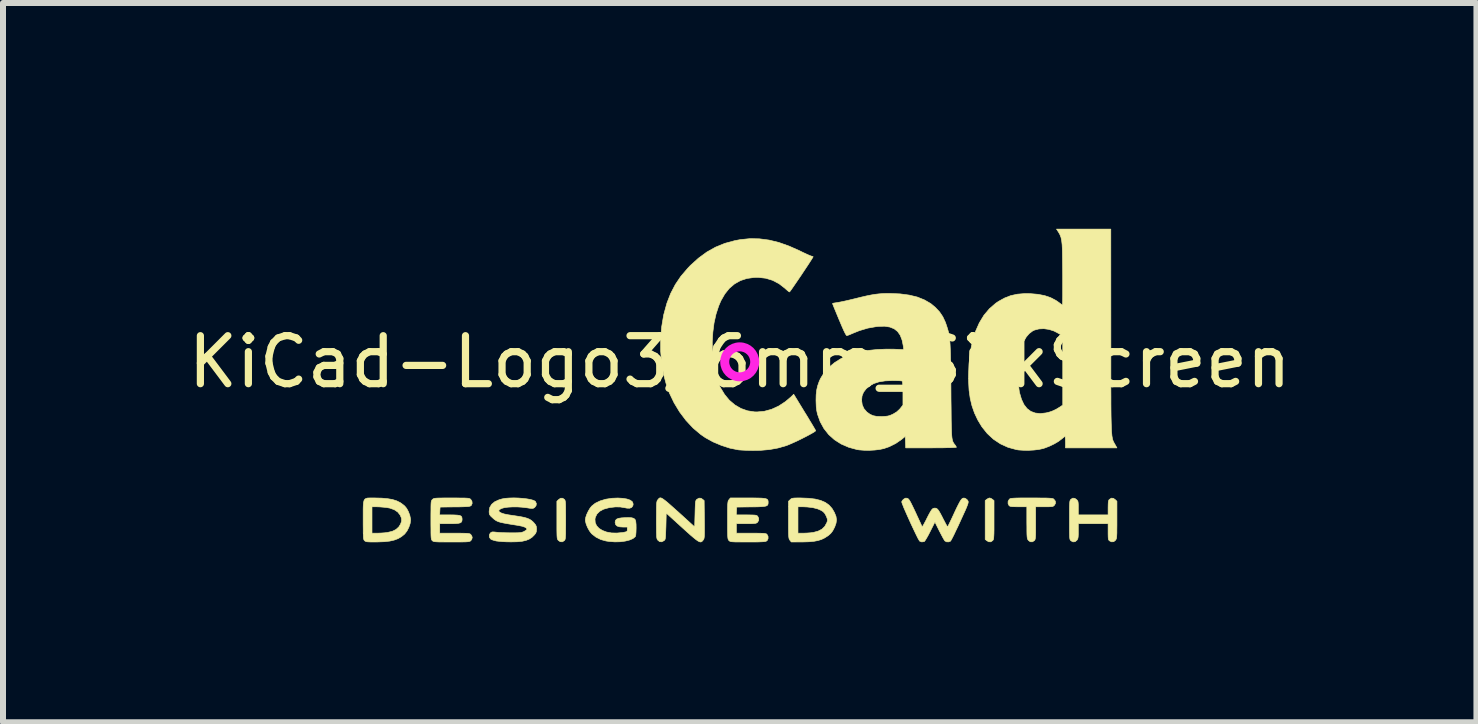
<source format=kicad_pcb>
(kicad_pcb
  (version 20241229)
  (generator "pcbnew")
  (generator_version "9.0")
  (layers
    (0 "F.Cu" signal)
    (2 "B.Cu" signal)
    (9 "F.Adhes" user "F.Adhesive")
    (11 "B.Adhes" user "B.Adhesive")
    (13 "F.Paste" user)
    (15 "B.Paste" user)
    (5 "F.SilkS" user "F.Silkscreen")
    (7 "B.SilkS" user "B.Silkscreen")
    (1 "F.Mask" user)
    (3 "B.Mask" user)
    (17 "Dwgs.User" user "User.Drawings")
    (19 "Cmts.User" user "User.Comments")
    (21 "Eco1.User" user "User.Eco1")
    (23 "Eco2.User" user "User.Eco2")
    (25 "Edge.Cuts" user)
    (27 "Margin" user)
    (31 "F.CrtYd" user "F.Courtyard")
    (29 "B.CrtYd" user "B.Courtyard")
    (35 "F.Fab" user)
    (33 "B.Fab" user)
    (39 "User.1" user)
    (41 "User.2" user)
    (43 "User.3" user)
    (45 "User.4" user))
  (footprint "KiCad-Logo3_6mm_SilkScreen"
    (layer "F.Cu")
    (at 9.281 2.982)
    (property "Reference" "KiCad-Logo3_6mm_SilkScreen" (at 0 0 0) (layer "F.SilkS") (effects (font (size 0.8 0.8) (thickness 0.12))))
    (attr exclude_from_pos_files exclude_from_bom)
    (fp_poly (pts (xy -2.273 -2.973) (xy -2.177 -2.949) (xy -2.09 -2.906) (xy -2.015 -2.847) (xy -1.954 -2.772) (xy -1.909 -2.683) (xy -1.883 -2.586) (xy -1.877 -2.489) (xy -1.892 -2.395) (xy -1.926 -2.307) (xy -1.977 -2.228) (xy -2.042 -2.16) (xy -2.121 -2.106) (xy -2.212 -2.068) (xy -2.263 -2.056) (xy -2.308 -2.048) (xy -2.342 -2.045) (xy -2.375 -2.047) (xy -2.415 -2.054) (xy -2.449 -2.061) (xy -2.542 -2.092) (xy -2.626 -2.143) (xy -2.698 -2.213) (xy -2.756 -2.298) (xy -2.77 -2.326) (xy -2.787 -2.362) (xy -2.797 -2.392) (xy -2.802 -2.425) (xy -2.805 -2.466) (xy -2.805 -2.512) (xy -2.801 -2.596) (xy -2.787 -2.665) (xy -2.762 -2.726) (xy -2.723 -2.784) (xy -2.684 -2.829) (xy -2.612 -2.895) (xy -2.537 -2.94) (xy -2.455 -2.967) (xy -2.377 -2.977) (xy -2.273 -2.973)) (stroke (width 0.01) (type solid)) (fill yes) (layer "F.Mask"))
    (fp_poly (pts (xy -2.946 -2.511) (xy -2.936 -2.397) (xy -2.904 -2.289) (xy -2.853 -2.19) (xy -2.784 -2.102) (xy -2.699 -2.027) (xy -2.602 -1.97) (xy -2.496 -1.93) (xy -2.389 -1.911) (xy -2.283 -1.913) (xy -2.181 -1.932) (xy -2.085 -1.969) (xy -1.996 -2.021) (xy -1.917 -2.087) (xy -1.849 -2.167) (xy -1.796 -2.258) (xy -1.759 -2.359) (xy -1.74 -2.47) (xy -1.738 -2.52) (xy -1.738 -2.608) (xy -1.687 -2.608) (xy -1.65 -2.605) (xy -1.623 -2.593) (xy -1.596 -2.569) (xy -1.558 -2.531) (xy -1.558 -0.339) (xy -1.558 -0.077) (xy -1.558 0.163) (xy -1.558 0.383) (xy -1.558 0.583) (xy -1.558 0.764) (xy -1.558 0.928) (xy -1.559 1.074) (xy -1.559 1.205) (xy -1.559 1.32) (xy -1.56 1.421) (xy -1.561 1.509) (xy -1.561 1.585) (xy -1.562 1.65) (xy -1.563 1.704) (xy -1.564 1.749) (xy -1.565 1.786) (xy -1.567 1.815) (xy -1.568 1.837) (xy -1.57 1.854) (xy -1.572 1.866) (xy -1.574 1.874) (xy -1.576 1.88) (xy -1.577 1.882) (xy -1.581 1.889) (xy -1.585 1.895) (xy -1.589 1.901) (xy -1.594 1.906) (xy -1.601 1.911) (xy -1.611 1.916) (xy -1.625 1.92) (xy -1.645 1.923) (xy -1.669 1.926) (xy -1.701 1.929) (xy -1.741 1.931) (xy -1.789 1.934) (xy -1.846 1.935) (xy -1.914 1.937) (xy -1.994 1.938) (xy -2.085 1.939) (xy -2.19 1.94) (xy -2.309 1.94) (xy -2.443 1.941) (xy -2.593 1.941) (xy -2.76 1.941) (xy -2.945 1.942) (xy -3.149 1.942) (xy -3.372 1.942) (xy -3.616 1.941) (xy -3.881 1.941) (xy -3.92 1.941) (xy -4.187 1.941) (xy -4.432 1.941) (xy -4.657 1.941) (xy -4.861 1.941) (xy -5.047 1.941) (xy -5.215 1.941) (xy -5.366 1.94) (xy -5.501 1.94) (xy -5.62 1.939) (xy -5.725 1.939) (xy -5.817 1.938) (xy -5.896 1.938) (xy -5.964 1.937) (xy -6.021 1.936) (xy -6.069 1.935) (xy -6.107 1.933) (xy -6.138 1.932) (xy -6.162 1.931) (xy -6.18 1.929) (xy -6.192 1.927) (xy -6.201 1.925) (xy -6.205 1.923) (xy -6.214 1.92) (xy -6.221 1.917) (xy -6.229 1.915) (xy -6.235 1.911) (xy -6.241 1.906) (xy -6.246 1.897) (xy -6.251 1.885) (xy -6.255 1.869) (xy -6.259 1.846) (xy -6.262 1.818) (xy -6.265 1.781) (xy -6.268 1.737) (xy -6.27 1.683) (xy -6.271 1.618) (xy -6.273 1.543) (xy -6.274 1.455) (xy -6.275 1.354) (xy -6.276 1.239) (xy -6.276 1.11) (xy -6.276 0.964) (xy -6.277 0.802) (xy -6.277 0.621) (xy -6.277 0.422) (xy -6.277 0.204) (xy -6.277 -0.035) (xy -6.277 -0.296) (xy -6.277 -0.338) (xy -6.277 -0.601) (xy -6.277 -0.842) (xy -6.277 -1.063) (xy -6.277 -1.264) (xy -6.277 -1.446) (xy -6.276 -1.61) (xy -6.276 -1.757) (xy -6.276 -1.888) (xy -6.275 -1.998) (xy -5.972 -1.998) (xy -5.932 -1.94) (xy -5.921 -1.925) (xy -5.911 -1.911) (xy -5.902 -1.897) (xy -5.894 -1.883) (xy -5.887 -1.868) (xy -5.881 -1.849) (xy -5.875 -1.826) (xy -5.871 -1.798) (xy -5.867 -1.764) (xy -5.863 -1.722) (xy -5.861 -1.67) (xy -5.858 -1.609) (xy -5.857 -1.537) (xy -5.855 -1.452) (xy -5.855 -1.354) (xy -5.854 -1.24) (xy -5.853 -1.111) (xy -5.853 -0.965) (xy -5.853 -0.8) (xy -5.853 -0.616) (xy -5.853 -0.41) (xy -5.853 -0.288) (xy -5.853 -0.071) (xy -5.853 0.125) (xy -5.853 0.3) (xy -5.853 0.456) (xy -5.854 0.595) (xy -5.854 0.717) (xy -5.855 0.823) (xy -5.856 0.915) (xy -5.857 0.994) (xy -5.859 1.062) (xy -5.862 1.118) (xy -5.865 1.165) (xy -5.868 1.204) (xy -5.872 1.235) (xy -5.877 1.261) (xy -5.883 1.282) (xy -5.89 1.299) (xy -5.897 1.314) (xy -5.906 1.327) (xy -5.915 1.341) (xy -5.925 1.356) (xy -5.932 1.365) (xy -5.97 1.422) (xy -5.439 1.422) (xy -5.315 1.422) (xy -5.213 1.422) (xy -5.129 1.422) (xy -5.063 1.421) (xy -5.012 1.42) (xy -4.974 1.419) (xy -4.948 1.417) (xy -4.932 1.415) (xy -4.923 1.412) (xy -4.921 1.408) (xy -4.923 1.404) (xy -4.925 1.403) (xy -4.95 1.366) (xy -4.976 1.313) (xy -4.999 1.251) (xy -5.007 1.224) (xy -5.012 1.206) (xy -5.016 1.185) (xy -5.019 1.159) (xy -5.022 1.126) (xy -5.024 1.083) (xy -5.026 1.028) (xy -5.028 0.96) (xy -5.029 0.877) (xy -5.03 0.775) (xy -5.031 0.654) (xy -5.032 0.61) (xy -5.033 0.484) (xy -5.033 0.38) (xy -5.034 0.295) (xy -5.034 0.227) (xy -5.034 0.174) (xy -5.033 0.135) (xy -5.031 0.107) (xy -5.029 0.09) (xy -5.027 0.081) (xy -5.023 0.078) (xy -5.019 0.08) (xy -5.015 0.085) (xy -5.004 0.098) (xy -4.982 0.127) (xy -4.95 0.17) (xy -4.909 0.225) (xy -4.861 0.289) (xy -4.808 0.362) (xy -4.751 0.44) (xy -4.691 0.521) (xy -4.631 0.603) (xy -4.572 0.685) (xy -4.514 0.763) (xy -4.461 0.836) (xy -4.413 0.902) (xy -4.373 0.959) (xy -4.341 1.004) (xy -4.318 1.035) (xy -4.314 1.041) (xy -4.291 1.078) (xy -4.264 1.126) (xy -4.239 1.176) (xy -4.236 1.183) (xy -4.214 1.231) (xy -4.201 1.268) (xy -4.196 1.304) (xy -4.194 1.346) (xy -4.195 1.422) (xy -3.041 1.422) (xy -3.132 1.329) (xy -3.179 1.279) (xy -3.229 1.222) (xy -3.275 1.168) (xy -3.295 1.143) (xy -3.326 1.103) (xy -3.366 1.05) (xy -3.414 0.985) (xy -3.47 0.909) (xy -3.532 0.825) (xy -3.599 0.733) (xy -3.669 0.636) (xy -3.743 0.535) (xy -3.817 0.432) (xy -3.892 0.328) (xy -3.966 0.225) (xy -4.038 0.125) (xy -4.106 0.029) (xy -4.17 -0.061) (xy -4.229 -0.144) (xy -4.28 -0.218) (xy -4.324 -0.28) (xy -4.359 -0.33) (xy -4.383 -0.367) (xy -4.396 -0.387) (xy -4.398 -0.391) (xy -4.39 -0.403) (xy -4.369 -0.43) (xy -4.337 -0.471) (xy -4.294 -0.525) (xy -4.243 -0.589) (xy -4.185 -0.663) (xy -4.12 -0.744) (xy -4.051 -0.831) (xy -3.979 -0.921) (xy -3.904 -1.014) (xy -3.845 -1.088) (xy -2.834 -1.088) (xy -2.828 -1.075) (xy -2.813 -1.053) (xy -2.812 -1.052) (xy -2.793 -1.021) (xy -2.774 -0.985) (xy -2.77 -0.976) (xy -2.766 -0.968) (xy -2.763 -0.958) (xy -2.76 -0.945) (xy -2.758 -0.927) (xy -2.756 -0.904) (xy -2.754 -0.873) (xy -2.753 -0.833) (xy -2.751 -0.784) (xy -2.75 -0.723) (xy -2.749 -0.649) (xy -2.749 -0.561) (xy -2.748 -0.457) (xy -2.747 -0.337) (xy -2.747 -0.198) (xy -2.746 -0.039) (xy -2.746 0.14) (xy -2.745 0.325) (xy -2.745 0.489) (xy -2.745 0.633) (xy -2.744 0.759) (xy -2.745 0.868) (xy -2.745 0.961) (xy -2.747 1.04) (xy -2.748 1.106) (xy -2.75 1.161) (xy -2.753 1.206) (xy -2.757 1.242) (xy -2.761 1.271) (xy -2.766 1.295) (xy -2.772 1.313) (xy -2.779 1.329) (xy -2.787 1.344) (xy -2.797 1.358) (xy -2.805 1.37) (xy -2.822 1.396) (xy -2.832 1.414) (xy -2.834 1.417) (xy -2.823 1.418) (xy -2.791 1.419) (xy -2.742 1.42) (xy -2.677 1.421) (xy -2.599 1.422) (xy -2.51 1.422) (xy -2.411 1.422) (xy -2.342 1.422) (xy -2.237 1.422) (xy -2.141 1.422) (xy -2.054 1.421) (xy -1.98 1.419) (xy -1.921 1.418) (xy -1.879 1.416) (xy -1.855 1.414) (xy -1.851 1.412) (xy -1.859 1.398) (xy -1.867 1.39) (xy -1.88 1.372) (xy -1.897 1.342) (xy -1.909 1.318) (xy -1.936 1.259) (xy -1.939 0.082) (xy -1.942 -1.095) (xy -2.388 -1.095) (xy -2.486 -1.095) (xy -2.576 -1.094) (xy -2.657 -1.094) (xy -2.725 -1.093) (xy -2.779 -1.092) (xy -2.815 -1.09) (xy -2.833 -1.089) (xy -2.834 -1.088) (xy -3.845 -1.088) (xy -3.829 -1.107) (xy -3.755 -1.199) (xy -3.683 -1.289) (xy -3.615 -1.374) (xy -3.551 -1.452) (xy -3.494 -1.523) (xy -3.444 -1.584) (xy -3.403 -1.633) (xy -3.386 -1.654) (xy -3.3 -1.754) (xy -3.223 -1.838) (xy -3.154 -1.906) (xy -3.091 -1.96) (xy -3.082 -1.967) (xy -3.042 -1.998) (xy -4.174 -1.998) (xy -4.169 -1.95) (xy -4.172 -1.893) (xy -4.194 -1.825) (xy -4.234 -1.745) (xy -4.279 -1.673) (xy -4.295 -1.65) (xy -4.323 -1.612) (xy -4.361 -1.562) (xy -4.408 -1.501) (xy -4.462 -1.432) (xy -4.52 -1.356) (xy -4.582 -1.276) (xy -4.646 -1.194) (xy -4.71 -1.112) (xy -4.773 -1.032) (xy -4.832 -0.957) (xy -4.887 -0.888) (xy -4.935 -0.828) (xy -4.974 -0.778) (xy -5.004 -0.742) (xy -5.022 -0.72) (xy -5.025 -0.717) (xy -5.028 -0.725) (xy -5.03 -0.755) (xy -5.032 -0.807) (xy -5.033 -0.881) (xy -5.033 -0.977) (xy -5.033 -1.094) (xy -5.032 -1.214) (xy -5.03 -1.346) (xy -5.029 -1.457) (xy -5.027 -1.551) (xy -5.024 -1.629) (xy -5.021 -1.692) (xy -5.016 -1.745) (xy -5.009 -1.788) (xy -5.002 -1.823) (xy -4.992 -1.854) (xy -4.98 -1.882) (xy -4.965 -1.91) (xy -4.95 -1.935) (xy -4.912 -1.998) (xy -5.972 -1.998) (xy -6.275 -1.998) (xy -6.275 -2.004) (xy -6.274 -2.106) (xy -6.273 -2.195) (xy -6.272 -2.272) (xy -6.27 -2.337) (xy -6.269 -2.393) (xy -6.266 -2.438) (xy -6.264 -2.475) (xy -6.261 -2.505) (xy -6.258 -2.528) (xy -6.254 -2.546) (xy -6.25 -2.559) (xy -6.245 -2.568) (xy -6.24 -2.574) (xy -6.234 -2.579) (xy -6.228 -2.582) (xy -6.222 -2.586) (xy -6.216 -2.589) (xy -6.21 -2.592) (xy -6.202 -2.594) (xy -6.19 -2.596) (xy -6.173 -2.598) (xy -6.149 -2.6) (xy -6.118 -2.601) (xy -6.079 -2.602) (xy -6.03 -2.603) (xy -5.971 -2.604) (xy -5.899 -2.605) (xy -5.815 -2.606) (xy -5.718 -2.606) (xy -5.605 -2.607) (xy -5.476 -2.607) (xy -5.33 -2.607) (xy -5.166 -2.608) (xy -4.982 -2.608) (xy -4.778 -2.608) (xy -4.567 -2.608) (xy -2.946 -2.608) (xy -2.946 -2.511)) (stroke (width 0.01) (type solid)) (fill yes) (layer "F.Mask"))
    (fp_poly (pts (xy 4.189 2.276) (xy 4.212 2.291) (xy 4.239 2.312) (xy 4.239 2.634) (xy 4.239 2.728) (xy 4.239 2.802) (xy 4.238 2.859) (xy 4.236 2.901) (xy 4.234 2.931) (xy 4.231 2.951) (xy 4.227 2.965) (xy 4.221 2.974) (xy 4.217 2.979) (xy 4.186 3) (xy 4.15 2.999) (xy 4.119 2.981) (xy 4.092 2.96) (xy 4.092 2.312) (xy 4.119 2.291) (xy 4.145 2.275) (xy 4.166 2.269) (xy 4.189 2.276)) (stroke (width 0.01) (type solid)) (fill yes) (layer "F.SilkS"))
    (fp_poly (pts (xy -2.924 2.292) (xy -2.917 2.299) (xy -2.912 2.309) (xy -2.908 2.324) (xy -2.905 2.346) (xy -2.903 2.378) (xy -2.902 2.422) (xy -2.902 2.482) (xy -2.901 2.56) (xy -2.901 2.636) (xy -2.901 2.73) (xy -2.902 2.804) (xy -2.902 2.86) (xy -2.904 2.902) (xy -2.906 2.932) (xy -2.909 2.952) (xy -2.913 2.965) (xy -2.919 2.974) (xy -2.924 2.98) (xy -2.957 3) (xy -2.992 2.998) (xy -3.023 2.977) (xy -3.031 2.968) (xy -3.036 2.959) (xy -3.041 2.945) (xy -3.044 2.924) (xy -3.046 2.895) (xy -3.047 2.853) (xy -3.048 2.796) (xy -3.048 2.722) (xy -3.048 2.638) (xy -3.048 2.324) (xy -3.02 2.297) (xy -2.986 2.273) (xy -2.953 2.273) (xy -2.924 2.292)) (stroke (width 0.01) (type solid)) (fill yes) (layer "F.SilkS"))
    (fp_poly (pts (xy 4.963 2.269) (xy 5.042 2.27) (xy 5.103 2.27) (xy 5.149 2.272) (xy 5.182 2.274) (xy 5.205 2.277) (xy 5.221 2.28) (xy 5.231 2.285) (xy 5.236 2.289) (xy 5.261 2.321) (xy 5.265 2.355) (xy 5.249 2.386) (xy 5.238 2.398) (xy 5.227 2.406) (xy 5.211 2.412) (xy 5.186 2.414) (xy 5.147 2.416) (xy 5.09 2.416) (xy 5.079 2.416) (xy 4.933 2.416) (xy 4.933 2.687) (xy 4.933 2.772) (xy 4.933 2.838) (xy 4.932 2.887) (xy 4.93 2.922) (xy 4.927 2.946) (xy 4.923 2.962) (xy 4.918 2.972) (xy 4.911 2.98) (xy 4.878 3) (xy 4.843 2.999) (xy 4.812 2.976) (xy 4.81 2.973) (xy 4.802 2.962) (xy 4.797 2.95) (xy 4.793 2.933) (xy 4.79 2.908) (xy 4.788 2.872) (xy 4.787 2.822) (xy 4.787 2.755) (xy 4.786 2.68) (xy 4.786 2.416) (xy 4.647 2.416) (xy 4.587 2.415) (xy 4.546 2.414) (xy 4.519 2.411) (xy 4.502 2.405) (xy 4.49 2.397) (xy 4.489 2.395) (xy 4.473 2.362) (xy 4.474 2.324) (xy 4.493 2.292) (xy 4.5 2.285) (xy 4.51 2.28) (xy 4.524 2.276) (xy 4.545 2.274) (xy 4.575 2.272) (xy 4.618 2.27) (xy 4.676 2.269) (xy 4.75 2.269) (xy 4.844 2.269) (xy 4.864 2.269) (xy 4.963 2.269)) (stroke (width 0.01) (type solid)) (fill yes) (layer "F.SilkS"))
    (fp_poly (pts (xy 6.229 2.275) (xy 6.26 2.297) (xy 6.288 2.324) (xy 6.288 2.634) (xy 6.288 2.726) (xy 6.287 2.798) (xy 6.287 2.853) (xy 6.285 2.893) (xy 6.283 2.922) (xy 6.28 2.942) (xy 6.275 2.956) (xy 6.269 2.967) (xy 6.265 2.973) (xy 6.234 2.998) (xy 6.198 3) (xy 6.166 2.985) (xy 6.156 2.976) (xy 6.148 2.965) (xy 6.144 2.946) (xy 6.142 2.915) (xy 6.141 2.869) (xy 6.141 2.833) (xy 6.141 2.698) (xy 5.644 2.698) (xy 5.644 2.821) (xy 5.644 2.877) (xy 5.642 2.915) (xy 5.638 2.941) (xy 5.63 2.96) (xy 5.621 2.973) (xy 5.59 2.998) (xy 5.555 3.001) (xy 5.522 2.983) (xy 5.513 2.974) (xy 5.506 2.962) (xy 5.502 2.943) (xy 5.499 2.914) (xy 5.498 2.87) (xy 5.497 2.808) (xy 5.497 2.794) (xy 5.497 2.678) (xy 5.497 2.582) (xy 5.497 2.504) (xy 5.497 2.443) (xy 5.498 2.396) (xy 5.5 2.361) (xy 5.502 2.335) (xy 5.505 2.318) (xy 5.51 2.306) (xy 5.515 2.298) (xy 5.52 2.292) (xy 5.552 2.272) (xy 5.585 2.275) (xy 5.617 2.297) (xy 5.629 2.311) (xy 5.638 2.327) (xy 5.642 2.35) (xy 5.644 2.384) (xy 5.644 2.436) (xy 5.644 2.551) (xy 6.141 2.551) (xy 6.141 2.433) (xy 6.142 2.378) (xy 6.144 2.341) (xy 6.148 2.317) (xy 6.155 2.301) (xy 6.164 2.292) (xy 6.196 2.272) (xy 6.229 2.275)) (stroke (width 0.01) (type solid)) (fill yes) (layer "F.SilkS"))
    (fp_poly (pts (xy 1.018 2.269) (xy 1.147 2.274) (xy 1.257 2.287) (xy 1.349 2.31) (xy 1.426 2.343) (xy 1.489 2.388) (xy 1.539 2.444) (xy 1.58 2.514) (xy 1.58 2.515) (xy 1.605 2.577) (xy 1.613 2.633) (xy 1.606 2.688) (xy 1.584 2.751) (xy 1.579 2.761) (xy 1.55 2.817) (xy 1.517 2.86) (xy 1.475 2.897) (xy 1.417 2.934) (xy 1.414 2.936) (xy 1.364 2.96) (xy 1.307 2.978) (xy 1.24 2.991) (xy 1.159 2.999) (xy 1.06 3.002) (xy 1.025 3.002) (xy 0.86 3.003) (xy 0.836 2.973) (xy 0.829 2.963) (xy 0.824 2.952) (xy 0.82 2.936) (xy 0.817 2.913) (xy 0.815 2.88) (xy 0.814 2.856) (xy 0.971 2.856) (xy 1.065 2.856) (xy 1.12 2.854) (xy 1.176 2.85) (xy 1.222 2.844) (xy 1.225 2.844) (xy 1.307 2.822) (xy 1.371 2.789) (xy 1.418 2.743) (xy 1.451 2.683) (xy 1.457 2.667) (xy 1.463 2.642) (xy 1.46 2.618) (xy 1.448 2.585) (xy 1.441 2.569) (xy 1.418 2.527) (xy 1.39 2.497) (xy 1.359 2.477) (xy 1.297 2.45) (xy 1.218 2.43) (xy 1.125 2.419) (xy 1.058 2.416) (xy 0.971 2.416) (xy 0.971 2.856) (xy 0.814 2.856) (xy 0.814 2.835) (xy 0.813 2.774) (xy 0.813 2.696) (xy 0.813 2.634) (xy 0.813 2.324) (xy 0.841 2.297) (xy 0.853 2.286) (xy 0.866 2.278) (xy 0.885 2.273) (xy 0.913 2.27) (xy 0.955 2.269) (xy 1.015 2.269) (xy 1.018 2.269)) (stroke (width 0.01) (type solid)) (fill yes) (layer "F.SilkS"))
    (fp_poly (pts (xy -6.121 2.269) (xy -6.082 2.269) (xy -5.966 2.272) (xy -5.869 2.281) (xy -5.788 2.295) (xy -5.719 2.317) (xy -5.658 2.347) (xy -5.604 2.387) (xy -5.584 2.404) (xy -5.552 2.443) (xy -5.523 2.497) (xy -5.5 2.557) (xy -5.488 2.615) (xy -5.486 2.636) (xy -5.494 2.695) (xy -5.516 2.759) (xy -5.547 2.82) (xy -5.584 2.868) (xy -5.59 2.874) (xy -5.641 2.915) (xy -5.696 2.947) (xy -5.76 2.971) (xy -5.834 2.988) (xy -5.924 2.998) (xy -6.031 3.002) (xy -6.08 3.003) (xy -6.142 3.003) (xy -6.186 3.001) (xy -6.215 2.999) (xy -6.234 2.994) (xy -6.247 2.987) (xy -6.254 2.98) (xy -6.261 2.973) (xy -6.266 2.963) (xy -6.27 2.948) (xy -6.273 2.926) (xy -6.274 2.894) (xy -6.276 2.85) (xy -6.276 2.79) (xy -6.277 2.712) (xy -6.277 2.636) (xy -6.277 2.535) (xy -6.277 2.454) (xy -6.276 2.416) (xy -6.13 2.416) (xy -6.13 2.856) (xy -6.037 2.856) (xy -5.981 2.854) (xy -5.922 2.85) (xy -5.873 2.844) (xy -5.872 2.844) (xy -5.792 2.825) (xy -5.731 2.795) (xy -5.684 2.753) (xy -5.655 2.707) (xy -5.636 2.656) (xy -5.638 2.608) (xy -5.659 2.557) (xy -5.7 2.504) (xy -5.758 2.465) (xy -5.833 2.438) (xy -5.883 2.429) (xy -5.939 2.423) (xy -6 2.418) (xy -6.051 2.416) (xy -6.054 2.416) (xy -6.13 2.416) (xy -6.276 2.416) (xy -6.275 2.392) (xy -6.271 2.345) (xy -6.263 2.312) (xy -6.25 2.29) (xy -6.23 2.277) (xy -6.203 2.27) (xy -6.167 2.269) (xy -6.121 2.269)) (stroke (width 0.01) (type solid)) (fill yes) (layer "F.SilkS"))
    (fp_poly (pts (xy -1.3 2.273) (xy -1.277 2.287) (xy -1.246 2.31) (xy -1.206 2.342) (xy -1.156 2.386) (xy -1.094 2.441) (xy -1.018 2.509) (xy -0.931 2.588) (xy -0.751 2.752) (xy -0.745 2.532) (xy -0.743 2.456) (xy -0.741 2.4) (xy -0.739 2.36) (xy -0.736 2.332) (xy -0.731 2.314) (xy -0.725 2.303) (xy -0.717 2.294) (xy -0.713 2.291) (xy -0.678 2.272) (xy -0.645 2.274) (xy -0.619 2.291) (xy -0.593 2.312) (xy -0.589 2.627) (xy -0.588 2.72) (xy -0.588 2.793) (xy -0.588 2.848) (xy -0.589 2.889) (xy -0.591 2.919) (xy -0.594 2.939) (xy -0.598 2.953) (xy -0.604 2.964) (xy -0.61 2.972) (xy -0.623 2.988) (xy -0.637 2.999) (xy -0.652 3.003) (xy -0.671 2.999) (xy -0.695 2.987) (xy -0.727 2.965) (xy -0.768 2.932) (xy -0.821 2.887) (xy -0.886 2.829) (xy -0.96 2.762) (xy -1.225 2.521) (xy -1.23 2.741) (xy -1.233 2.816) (xy -1.235 2.872) (xy -1.237 2.913) (xy -1.24 2.94) (xy -1.244 2.958) (xy -1.25 2.969) (xy -1.259 2.978) (xy -1.263 2.981) (xy -1.3 3) (xy -1.335 2.997) (xy -1.365 2.973) (xy -1.372 2.963) (xy -1.378 2.952) (xy -1.382 2.936) (xy -1.385 2.913) (xy -1.386 2.88) (xy -1.388 2.835) (xy -1.388 2.774) (xy -1.389 2.694) (xy -1.389 2.636) (xy -1.388 2.544) (xy -1.388 2.473) (xy -1.387 2.418) (xy -1.386 2.378) (xy -1.384 2.349) (xy -1.38 2.329) (xy -1.376 2.315) (xy -1.37 2.305) (xy -1.365 2.299) (xy -1.354 2.285) (xy -1.343 2.274) (xy -1.332 2.268) (xy -1.318 2.267) (xy -1.3 2.273)) (stroke (width 0.01) (type solid)) (fill yes) (layer "F.SilkS"))
    (fp_poly (pts (xy -1.95 2.275) (xy -1.882 2.286) (xy -1.829 2.304) (xy -1.795 2.327) (xy -1.785 2.341) (xy -1.776 2.372) (xy -1.782 2.4) (xy -1.802 2.427) (xy -1.834 2.44) (xy -1.879 2.439) (xy -1.914 2.432) (xy -1.992 2.419) (xy -2.072 2.418) (xy -2.162 2.428) (xy -2.186 2.433) (xy -2.269 2.456) (xy -2.334 2.491) (xy -2.38 2.537) (xy -2.407 2.592) (xy -2.413 2.621) (xy -2.409 2.68) (xy -2.386 2.732) (xy -2.345 2.776) (xy -2.288 2.811) (xy -2.219 2.837) (xy -2.138 2.852) (xy -2.048 2.854) (xy -1.951 2.845) (xy -1.945 2.844) (xy -1.907 2.836) (xy -1.885 2.83) (xy -1.876 2.819) (xy -1.874 2.802) (xy -1.874 2.793) (xy -1.874 2.754) (xy -1.942 2.754) (xy -2.003 2.75) (xy -2.044 2.737) (xy -2.068 2.714) (xy -2.077 2.679) (xy -2.077 2.674) (xy -2.072 2.645) (xy -2.054 2.623) (xy -2.022 2.609) (xy -1.972 2.601) (xy -1.923 2.598) (xy -1.852 2.596) (xy -1.801 2.599) (xy -1.766 2.609) (xy -1.744 2.628) (xy -1.733 2.66) (xy -1.728 2.708) (xy -1.727 2.77) (xy -1.729 2.84) (xy -1.733 2.887) (xy -1.74 2.912) (xy -1.741 2.914) (xy -1.78 2.946) (xy -1.837 2.97) (xy -1.909 2.988) (xy -1.991 2.999) (xy -2.081 3.001) (xy -2.175 2.994) (xy -2.23 2.986) (xy -2.316 2.962) (xy -2.396 2.922) (xy -2.463 2.87) (xy -2.473 2.86) (xy -2.506 2.816) (xy -2.536 2.762) (xy -2.559 2.706) (xy -2.572 2.654) (xy -2.574 2.635) (xy -2.567 2.593) (xy -2.55 2.542) (xy -2.524 2.488) (xy -2.495 2.439) (xy -2.469 2.406) (xy -2.408 2.357) (xy -2.329 2.319) (xy -2.235 2.29) (xy -2.129 2.274) (xy -2.032 2.27) (xy -1.95 2.275)) (stroke (width 0.01) (type solid)) (fill yes) (layer "F.SilkS"))
    (fp_poly (pts (xy 0.23 2.269) (xy 0.307 2.27) (xy 0.365 2.272) (xy 0.408 2.276) (xy 0.438 2.282) (xy 0.457 2.291) (xy 0.468 2.303) (xy 0.473 2.319) (xy 0.474 2.339) (xy 0.474 2.341) (xy 0.473 2.364) (xy 0.468 2.382) (xy 0.457 2.395) (xy 0.437 2.404) (xy 0.406 2.41) (xy 0.36 2.414) (xy 0.298 2.417) (xy 0.216 2.418) (xy 0.191 2.418) (xy -0.051 2.421) (xy -0.054 2.486) (xy -0.058 2.551) (xy 0.111 2.551) (xy 0.176 2.552) (xy 0.223 2.553) (xy 0.255 2.555) (xy 0.276 2.559) (xy 0.289 2.565) (xy 0.299 2.573) (xy 0.299 2.573) (xy 0.316 2.607) (xy 0.316 2.643) (xy 0.297 2.674) (xy 0.294 2.678) (xy 0.281 2.686) (xy 0.263 2.692) (xy 0.237 2.695) (xy 0.197 2.697) (xy 0.142 2.698) (xy 0.106 2.698) (xy -0.056 2.698) (xy -0.056 2.856) (xy 0.19 2.856) (xy 0.272 2.856) (xy 0.333 2.857) (xy 0.379 2.858) (xy 0.41 2.86) (xy 0.431 2.864) (xy 0.445 2.868) (xy 0.453 2.874) (xy 0.455 2.877) (xy 0.472 2.908) (xy 0.473 2.944) (xy 0.46 2.975) (xy 0.449 2.985) (xy 0.438 2.991) (xy 0.421 2.995) (xy 0.396 2.998) (xy 0.359 3) (xy 0.308 3.002) (xy 0.24 3.003) (xy 0.153 3.003) (xy 0.133 3.003) (xy 0.045 3.003) (xy -0.024 3.002) (xy -0.075 3.002) (xy -0.113 3) (xy -0.139 2.998) (xy -0.156 2.994) (xy -0.167 2.989) (xy -0.176 2.983) (xy -0.18 2.978) (xy -0.187 2.97) (xy -0.192 2.96) (xy -0.196 2.945) (xy -0.199 2.923) (xy -0.201 2.89) (xy -0.202 2.845) (xy -0.203 2.785) (xy -0.203 2.707) (xy -0.203 2.641) (xy -0.203 2.549) (xy -0.203 2.476) (xy -0.202 2.421) (xy -0.201 2.38) (xy -0.198 2.35) (xy -0.195 2.33) (xy -0.191 2.316) (xy -0.185 2.305) (xy -0.18 2.299) (xy -0.156 2.269) (xy 0.134 2.269) (xy 0.23 2.269)) (stroke (width 0.01) (type solid)) (fill yes) (layer "F.SilkS"))
    (fp_poly (pts (xy -4.713 2.269) (xy -4.643 2.27) (xy -4.591 2.27) (xy -4.553 2.272) (xy -4.526 2.274) (xy -4.508 2.278) (xy -4.496 2.283) (xy -4.487 2.289) (xy -4.484 2.292) (xy -4.464 2.323) (xy -4.46 2.359) (xy -4.473 2.391) (xy -4.48 2.397) (xy -4.489 2.403) (xy -4.505 2.408) (xy -4.529 2.412) (xy -4.566 2.414) (xy -4.617 2.416) (xy -4.685 2.418) (xy -4.748 2.418) (xy -4.995 2.421) (xy -4.999 2.486) (xy -5.002 2.551) (xy -4.834 2.551) (xy -4.761 2.552) (xy -4.708 2.555) (xy -4.671 2.56) (xy -4.647 2.57) (xy -4.634 2.586) (xy -4.629 2.607) (xy -4.628 2.628) (xy -4.631 2.653) (xy -4.64 2.671) (xy -4.659 2.684) (xy -4.691 2.692) (xy -4.738 2.696) (xy -4.804 2.698) (xy -4.84 2.698) (xy -5.001 2.698) (xy -5.001 2.856) (xy -4.753 2.856) (xy -4.671 2.856) (xy -4.609 2.857) (xy -4.564 2.858) (xy -4.532 2.86) (xy -4.511 2.863) (xy -4.496 2.868) (xy -4.487 2.874) (xy -4.482 2.879) (xy -4.465 2.906) (xy -4.459 2.929) (xy -4.467 2.959) (xy -4.482 2.98) (xy -4.49 2.987) (xy -4.5 2.992) (xy -4.515 2.996) (xy -4.538 2.999) (xy -4.571 3.001) (xy -4.618 3.002) (xy -4.68 3.003) (xy -4.761 3.003) (xy -4.803 3.003) (xy -4.894 3.003) (xy -4.964 3.002) (xy -5.017 3.002) (xy -5.056 3) (xy -5.083 2.998) (xy -5.101 2.994) (xy -5.113 2.99) (xy -5.122 2.983) (xy -5.125 2.98) (xy -5.132 2.973) (xy -5.137 2.963) (xy -5.141 2.948) (xy -5.144 2.926) (xy -5.146 2.894) (xy -5.147 2.849) (xy -5.147 2.789) (xy -5.148 2.711) (xy -5.148 2.638) (xy -5.148 2.545) (xy -5.147 2.471) (xy -5.147 2.415) (xy -5.146 2.374) (xy -5.144 2.345) (xy -5.141 2.325) (xy -5.136 2.312) (xy -5.131 2.303) (xy -5.123 2.295) (xy -5.122 2.294) (xy -5.113 2.286) (xy -5.103 2.28) (xy -5.089 2.276) (xy -5.067 2.273) (xy -5.036 2.271) (xy -4.993 2.27) (xy -4.934 2.269) (xy -4.857 2.269) (xy -4.802 2.269) (xy -4.713 2.269)) (stroke (width 0.01) (type solid)) (fill yes) (layer "F.SilkS"))
    (fp_poly (pts (xy 3.745 2.271) (xy 3.764 2.278) (xy 3.765 2.278) (xy 3.792 2.299) (xy 3.806 2.32) (xy 3.809 2.329) (xy 3.809 2.342) (xy 3.805 2.361) (xy 3.796 2.387) (xy 3.782 2.424) (xy 3.761 2.473) (xy 3.732 2.536) (xy 3.695 2.617) (xy 3.675 2.661) (xy 3.639 2.74) (xy 3.604 2.812) (xy 3.574 2.876) (xy 3.548 2.928) (xy 3.528 2.965) (xy 3.516 2.986) (xy 3.513 2.989) (xy 3.482 3.001) (xy 3.447 3) (xy 3.419 2.984) (xy 3.418 2.983) (xy 3.407 2.966) (xy 3.388 2.933) (xy 3.364 2.888) (xy 3.337 2.836) (xy 3.327 2.817) (xy 3.254 2.67) (xy 3.174 2.829) (xy 3.146 2.884) (xy 3.119 2.932) (xy 3.097 2.969) (xy 3.081 2.991) (xy 3.076 2.996) (xy 3.034 3.002) (xy 3 2.989) (xy 2.99 2.974) (xy 2.972 2.943) (xy 2.949 2.897) (xy 2.921 2.839) (xy 2.89 2.774) (xy 2.857 2.704) (xy 2.824 2.631) (xy 2.792 2.56) (xy 2.763 2.494) (xy 2.737 2.435) (xy 2.718 2.386) (xy 2.705 2.352) (xy 2.7 2.334) (xy 2.7 2.334) (xy 2.711 2.311) (xy 2.733 2.289) (xy 2.735 2.288) (xy 2.762 2.272) (xy 2.787 2.273) (xy 2.796 2.275) (xy 2.808 2.282) (xy 2.82 2.294) (xy 2.834 2.315) (xy 2.852 2.347) (xy 2.875 2.393) (xy 2.905 2.455) (xy 2.932 2.512) (xy 2.962 2.578) (xy 2.99 2.638) (xy 3.013 2.688) (xy 3.03 2.725) (xy 3.039 2.746) (xy 3.041 2.749) (xy 3.047 2.743) (xy 3.061 2.721) (xy 3.081 2.685) (xy 3.106 2.638) (xy 3.115 2.619) (xy 3.148 2.554) (xy 3.174 2.507) (xy 3.194 2.474) (xy 3.21 2.454) (xy 3.226 2.443) (xy 3.242 2.439) (xy 3.252 2.438) (xy 3.271 2.44) (xy 3.287 2.447) (xy 3.303 2.462) (xy 3.321 2.487) (xy 3.344 2.526) (xy 3.373 2.581) (xy 3.389 2.613) (xy 3.415 2.663) (xy 3.437 2.705) (xy 3.454 2.734) (xy 3.464 2.748) (xy 3.466 2.749) (xy 3.472 2.738) (xy 3.487 2.709) (xy 3.508 2.666) (xy 3.534 2.612) (xy 3.564 2.548) (xy 3.578 2.517) (xy 3.616 2.436) (xy 3.647 2.374) (xy 3.672 2.328) (xy 3.692 2.297) (xy 3.71 2.278) (xy 3.727 2.271) (xy 3.745 2.271)) (stroke (width 0.01) (type solid)) (fill yes) (layer "F.SilkS"))
    (fp_poly (pts (xy -3.692 2.27) (xy -3.617 2.276) (xy -3.547 2.284) (xy -3.487 2.295) (xy -3.44 2.308) (xy -3.41 2.323) (xy -3.406 2.327) (xy -3.39 2.362) (xy -3.395 2.397) (xy -3.419 2.428) (xy -3.421 2.429) (xy -3.435 2.438) (xy -3.45 2.443) (xy -3.471 2.443) (xy -3.503 2.44) (xy -3.552 2.432) (xy -3.556 2.432) (xy -3.629 2.423) (xy -3.707 2.418) (xy -3.786 2.418) (xy -3.859 2.422) (xy -3.922 2.43) (xy -3.968 2.443) (xy -3.971 2.444) (xy -4.005 2.463) (xy -4.017 2.482) (xy -4.008 2.5) (xy -3.978 2.518) (xy -3.929 2.535) (xy -3.861 2.549) (xy -3.816 2.556) (xy -3.721 2.57) (xy -3.647 2.582) (xy -3.588 2.594) (xy -3.542 2.608) (xy -3.506 2.623) (xy -3.476 2.641) (xy -3.449 2.664) (xy -3.428 2.686) (xy -3.403 2.717) (xy -3.391 2.743) (xy -3.387 2.776) (xy -3.387 2.788) (xy -3.39 2.828) (xy -3.401 2.857) (xy -3.421 2.883) (xy -3.462 2.924) (xy -3.508 2.954) (xy -3.562 2.976) (xy -3.627 2.991) (xy -3.707 2.999) (xy -3.805 3.001) (xy -3.821 3.001) (xy -3.887 3) (xy -3.952 2.997) (xy -4.009 2.992) (xy -4.052 2.987) (xy -4.055 2.987) (xy -4.098 2.976) (xy -4.134 2.964) (xy -4.154 2.952) (xy -4.173 2.922) (xy -4.174 2.886) (xy -4.158 2.854) (xy -4.154 2.851) (xy -4.139 2.84) (xy -4.12 2.835) (xy -4.091 2.836) (xy -4.056 2.84) (xy -4.016 2.844) (xy -3.96 2.847) (xy -3.895 2.849) (xy -3.828 2.85) (xy -3.81 2.85) (xy -3.742 2.85) (xy -3.692 2.849) (xy -3.657 2.846) (xy -3.63 2.841) (xy -3.609 2.834) (xy -3.596 2.828) (xy -3.568 2.811) (xy -3.55 2.796) (xy -3.547 2.792) (xy -3.553 2.774) (xy -3.579 2.757) (xy -3.624 2.741) (xy -3.687 2.728) (xy -3.705 2.725) (xy -3.801 2.71) (xy -3.878 2.697) (xy -3.938 2.686) (xy -3.984 2.676) (xy -4.021 2.665) (xy -4.049 2.653) (xy -4.073 2.639) (xy -4.096 2.622) (xy -4.119 2.601) (xy -4.127 2.594) (xy -4.155 2.567) (xy -4.17 2.545) (xy -4.176 2.52) (xy -4.177 2.489) (xy -4.167 2.428) (xy -4.136 2.376) (xy -4.085 2.333) (xy -4.013 2.3) (xy -3.962 2.285) (xy -3.907 2.275) (xy -3.841 2.27) (xy -3.768 2.268) (xy -3.692 2.27)) (stroke (width 0.01) (type solid)) (fill yes) (layer "F.SilkS"))
    (fp_poly (pts (xy 0.328 -2.051) (xy 0.489 -2.03) (xy 0.653 -1.99) (xy 0.822 -1.93) (xy 1 -1.851) (xy 1.011 -1.845) (xy 1.069 -1.817) (xy 1.121 -1.793) (xy 1.162 -1.775) (xy 1.19 -1.764) (xy 1.2 -1.761) (xy 1.219 -1.756) (xy 1.224 -1.752) (xy 1.218 -1.741) (xy 1.202 -1.715) (xy 1.177 -1.676) (xy 1.145 -1.626) (xy 1.107 -1.569) (xy 1.066 -1.507) (xy 1.023 -1.442) (xy 0.98 -1.379) (xy 0.939 -1.319) (xy 0.902 -1.265) (xy 0.871 -1.22) (xy 0.847 -1.186) (xy 0.832 -1.167) (xy 0.83 -1.165) (xy 0.82 -1.17) (xy 0.798 -1.187) (xy 0.767 -1.214) (xy 0.752 -1.228) (xy 0.655 -1.303) (xy 0.548 -1.359) (xy 0.433 -1.394) (xy 0.31 -1.408) (xy 0.241 -1.407) (xy 0.119 -1.39) (xy 0.01 -1.354) (xy -0.087 -1.299) (xy -0.174 -1.225) (xy -0.249 -1.131) (xy -0.314 -1.018) (xy -0.351 -0.931) (xy -0.395 -0.796) (xy -0.428 -0.648) (xy -0.448 -0.493) (xy -0.458 -0.333) (xy -0.456 -0.173) (xy -0.443 -0.016) (xy -0.419 0.133) (xy -0.384 0.271) (xy -0.338 0.395) (xy -0.322 0.429) (xy -0.253 0.543) (xy -0.173 0.64) (xy -0.081 0.718) (xy 0.02 0.777) (xy 0.13 0.816) (xy 0.247 0.834) (xy 0.289 0.835) (xy 0.41 0.824) (xy 0.531 0.791) (xy 0.649 0.737) (xy 0.762 0.663) (xy 0.854 0.585) (xy 0.9 0.54) (xy 1.081 0.837) (xy 1.127 0.911) (xy 1.168 0.98) (xy 1.204 1.039) (xy 1.233 1.088) (xy 1.254 1.124) (xy 1.265 1.144) (xy 1.266 1.147) (xy 1.258 1.157) (xy 1.233 1.174) (xy 1.193 1.197) (xy 1.142 1.225) (xy 1.084 1.255) (xy 1.021 1.287) (xy 0.958 1.318) (xy 0.896 1.346) (xy 0.839 1.371) (xy 0.791 1.391) (xy 0.768 1.399) (xy 0.634 1.437) (xy 0.496 1.462) (xy 0.349 1.475) (xy 0.222 1.477) (xy 0.154 1.476) (xy 0.088 1.474) (xy 0.031 1.471) (xy -0.013 1.468) (xy -0.027 1.466) (xy -0.166 1.438) (xy -0.307 1.392) (xy -0.445 1.334) (xy -0.572 1.264) (xy -0.649 1.211) (xy -0.777 1.103) (xy -0.895 0.977) (xy -1.002 0.835) (xy -1.095 0.681) (xy -1.173 0.518) (xy -1.217 0.401) (xy -1.267 0.217) (xy -1.301 0.023) (xy -1.318 -0.179) (xy -1.318 -0.382) (xy -1.301 -0.584) (xy -1.268 -0.781) (xy -1.217 -0.967) (xy -1.214 -0.978) (xy -1.151 -1.14) (xy -1.074 -1.288) (xy -0.981 -1.426) (xy -0.868 -1.558) (xy -0.825 -1.604) (xy -0.688 -1.728) (xy -0.549 -1.83) (xy -0.403 -1.912) (xy -0.249 -1.975) (xy -0.084 -2.02) (xy 0.011 -2.038) (xy 0.17 -2.054) (xy 0.328 -2.051)) (stroke (width 0.01) (type solid)) (fill yes) (layer "F.SilkS"))
    (fp_poly (pts (xy 6.187 -0.528) (xy 6.187 -0.293) (xy 6.187 -0.08) (xy 6.187 0.112) (xy 6.187 0.285) (xy 6.187 0.441) (xy 6.188 0.579) (xy 6.188 0.701) (xy 6.189 0.808) (xy 6.19 0.901) (xy 6.192 0.982) (xy 6.194 1.051) (xy 6.196 1.11) (xy 6.198 1.159) (xy 6.202 1.2) (xy 6.205 1.234) (xy 6.21 1.262) (xy 6.214 1.285) (xy 6.22 1.304) (xy 6.226 1.321) (xy 6.233 1.335) (xy 6.24 1.349) (xy 6.249 1.364) (xy 6.254 1.373) (xy 6.288 1.434) (xy 5.43 1.434) (xy 5.43 1.338) (xy 5.429 1.294) (xy 5.427 1.261) (xy 5.424 1.243) (xy 5.423 1.242) (xy 5.412 1.249) (xy 5.389 1.267) (xy 5.366 1.286) (xy 5.312 1.327) (xy 5.242 1.368) (xy 5.165 1.405) (xy 5.088 1.435) (xy 5.057 1.445) (xy 4.989 1.46) (xy 4.906 1.47) (xy 4.816 1.475) (xy 4.728 1.474) (xy 4.649 1.469) (xy 4.612 1.463) (xy 4.473 1.425) (xy 4.346 1.367) (xy 4.23 1.29) (xy 4.127 1.195) (xy 4.036 1.081) (xy 3.969 0.97) (xy 3.914 0.854) (xy 3.872 0.734) (xy 3.842 0.608) (xy 3.823 0.472) (xy 3.815 0.32) (xy 3.814 0.243) (xy 3.816 0.186) (xy 4.645 0.186) (xy 4.645 0.279) (xy 4.648 0.367) (xy 4.654 0.444) (xy 4.662 0.505) (xy 4.665 0.517) (xy 4.697 0.625) (xy 4.738 0.712) (xy 4.79 0.779) (xy 4.853 0.826) (xy 4.926 0.853) (xy 5.011 0.862) (xy 5.107 0.851) (xy 5.17 0.835) (xy 5.219 0.817) (xy 5.274 0.791) (xy 5.314 0.767) (xy 5.385 0.721) (xy 5.385 -0.429) (xy 5.317 -0.473) (xy 5.239 -0.514) (xy 5.155 -0.541) (xy 5.07 -0.553) (xy 4.988 -0.549) (xy 4.915 -0.53) (xy 4.883 -0.515) (xy 4.826 -0.472) (xy 4.777 -0.415) (xy 4.735 -0.342) (xy 4.701 -0.252) (xy 4.672 -0.141) (xy 4.671 -0.135) (xy 4.66 -0.073) (xy 4.653 0.005) (xy 4.648 0.093) (xy 4.645 0.186) (xy 3.816 0.186) (xy 3.822 0.03) (xy 3.844 -0.166) (xy 3.88 -0.345) (xy 3.93 -0.506) (xy 3.994 -0.65) (xy 4.071 -0.777) (xy 4.163 -0.886) (xy 4.268 -0.977) (xy 4.314 -1.008) (xy 4.415 -1.064) (xy 4.518 -1.104) (xy 4.628 -1.128) (xy 4.749 -1.138) (xy 4.842 -1.137) (xy 4.971 -1.126) (xy 5.084 -1.104) (xy 5.183 -1.07) (xy 5.271 -1.024) (xy 5.32 -0.99) (xy 5.349 -0.968) (xy 5.371 -0.953) (xy 5.379 -0.948) (xy 5.381 -0.959) (xy 5.382 -0.99) (xy 5.383 -1.037) (xy 5.384 -1.1) (xy 5.384 -1.173) (xy 5.384 -1.256) (xy 5.384 -1.344) (xy 5.384 -1.436) (xy 5.383 -1.528) (xy 5.382 -1.618) (xy 5.381 -1.704) (xy 5.38 -1.781) (xy 5.379 -1.848) (xy 5.377 -1.902) (xy 5.375 -1.94) (xy 5.375 -1.947) (xy 5.367 -2.018) (xy 5.356 -2.073) (xy 5.338 -2.12) (xy 5.312 -2.166) (xy 5.305 -2.176) (xy 5.281 -2.213) (xy 6.186 -2.213) (xy 6.187 -0.528)) (stroke (width 0.01) (type solid)) (fill yes) (layer "F.SilkS"))
    (fp_poly (pts (xy 2.674 -1.133) (xy 2.825 -1.113) (xy 2.961 -1.08) (xy 3.08 -1.032) (xy 3.185 -0.971) (xy 3.262 -0.907) (xy 3.331 -0.833) (xy 3.385 -0.753) (xy 3.428 -0.661) (xy 3.443 -0.618) (xy 3.456 -0.579) (xy 3.467 -0.543) (xy 3.477 -0.508) (xy 3.485 -0.472) (xy 3.492 -0.433) (xy 3.498 -0.39) (xy 3.503 -0.34) (xy 3.507 -0.283) (xy 3.51 -0.215) (xy 3.513 -0.136) (xy 3.515 -0.043) (xy 3.517 0.066) (xy 3.518 0.192) (xy 3.52 0.337) (xy 3.521 0.48) (xy 3.522 0.636) (xy 3.524 0.771) (xy 3.525 0.887) (xy 3.526 0.986) (xy 3.528 1.068) (xy 3.53 1.136) (xy 3.532 1.192) (xy 3.535 1.236) (xy 3.539 1.271) (xy 3.544 1.299) (xy 3.55 1.321) (xy 3.557 1.338) (xy 3.565 1.352) (xy 3.574 1.366) (xy 3.585 1.38) (xy 3.59 1.385) (xy 3.605 1.408) (xy 3.612 1.423) (xy 3.612 1.424) (xy 3.602 1.426) (xy 3.571 1.428) (xy 3.522 1.43) (xy 3.458 1.431) (xy 3.382 1.433) (xy 3.295 1.433) (xy 3.2 1.434) (xy 3.19 1.434) (xy 2.767 1.434) (xy 2.763 1.338) (xy 2.76 1.242) (xy 2.698 1.293) (xy 2.601 1.36) (xy 2.491 1.415) (xy 2.404 1.445) (xy 2.335 1.46) (xy 2.252 1.47) (xy 2.162 1.475) (xy 2.074 1.474) (xy 1.995 1.468) (xy 1.959 1.463) (xy 1.819 1.425) (xy 1.692 1.37) (xy 1.58 1.299) (xy 1.484 1.213) (xy 1.404 1.112) (xy 1.341 0.997) (xy 1.296 0.871) (xy 1.284 0.814) (xy 1.276 0.752) (xy 1.273 0.677) (xy 1.272 0.643) (xy 1.272 0.64) (xy 2.032 0.64) (xy 2.042 0.715) (xy 2.07 0.779) (xy 2.118 0.835) (xy 2.123 0.839) (xy 2.172 0.874) (xy 2.223 0.897) (xy 2.284 0.909) (xy 2.359 0.911) (xy 2.377 0.911) (xy 2.431 0.908) (xy 2.471 0.903) (xy 2.506 0.893) (xy 2.545 0.876) (xy 2.556 0.871) (xy 2.616 0.835) (xy 2.663 0.792) (xy 2.676 0.777) (xy 2.721 0.72) (xy 2.721 0.525) (xy 2.72 0.446) (xy 2.718 0.388) (xy 2.715 0.349) (xy 2.711 0.327) (xy 2.707 0.32) (xy 2.691 0.317) (xy 2.657 0.314) (xy 2.61 0.313) (xy 2.555 0.312) (xy 2.546 0.312) (xy 2.425 0.317) (xy 2.323 0.333) (xy 2.236 0.361) (xy 2.164 0.401) (xy 2.109 0.448) (xy 2.064 0.506) (xy 2.039 0.569) (xy 2.032 0.64) (xy 1.272 0.64) (xy 1.274 0.55) (xy 1.283 0.471) (xy 1.299 0.4) (xy 1.324 0.329) (xy 1.348 0.276) (xy 1.407 0.181) (xy 1.485 0.093) (xy 1.58 0.014) (xy 1.69 -0.055) (xy 1.813 -0.111) (xy 1.945 -0.154) (xy 2.009 -0.169) (xy 2.146 -0.191) (xy 2.294 -0.206) (xy 2.446 -0.212) (xy 2.572 -0.211) (xy 2.734 -0.204) (xy 2.727 -0.263) (xy 2.707 -0.362) (xy 2.676 -0.443) (xy 2.632 -0.506) (xy 2.575 -0.551) (xy 2.503 -0.58) (xy 2.416 -0.594) (xy 2.313 -0.591) (xy 2.275 -0.587) (xy 2.134 -0.562) (xy 1.997 -0.521) (xy 1.902 -0.483) (xy 1.857 -0.464) (xy 1.819 -0.448) (xy 1.792 -0.439) (xy 1.785 -0.437) (xy 1.775 -0.446) (xy 1.758 -0.475) (xy 1.734 -0.524) (xy 1.703 -0.594) (xy 1.665 -0.684) (xy 1.658 -0.7) (xy 1.628 -0.772) (xy 1.601 -0.838) (xy 1.578 -0.893) (xy 1.561 -0.936) (xy 1.55 -0.963) (xy 1.547 -0.972) (xy 1.557 -0.977) (xy 1.583 -0.982) (xy 1.611 -0.986) (xy 1.642 -0.991) (xy 1.689 -1) (xy 1.751 -1.013) (xy 1.821 -1.029) (xy 1.896 -1.047) (xy 1.925 -1.054) (xy 2.03 -1.08) (xy 2.117 -1.1) (xy 2.192 -1.115) (xy 2.258 -1.126) (xy 2.319 -1.133) (xy 2.381 -1.138) (xy 2.446 -1.14) (xy 2.504 -1.14) (xy 2.674 -1.133)) (stroke (width 0.01) (type solid)) (fill yes) (layer "F.SilkS"))
    (fp_circle (center 0 0) (end -0.25 0) (stroke (width 0.15) (type solid)) (fill no) (layer "F.CrtYd")))
  (gr_rect
    (start -3 -3)
    (end 21.562 8.99)
    (stroke (width 0.1) (type default))
    (fill no)
    (layer "Edge.Cuts")))
</source>
